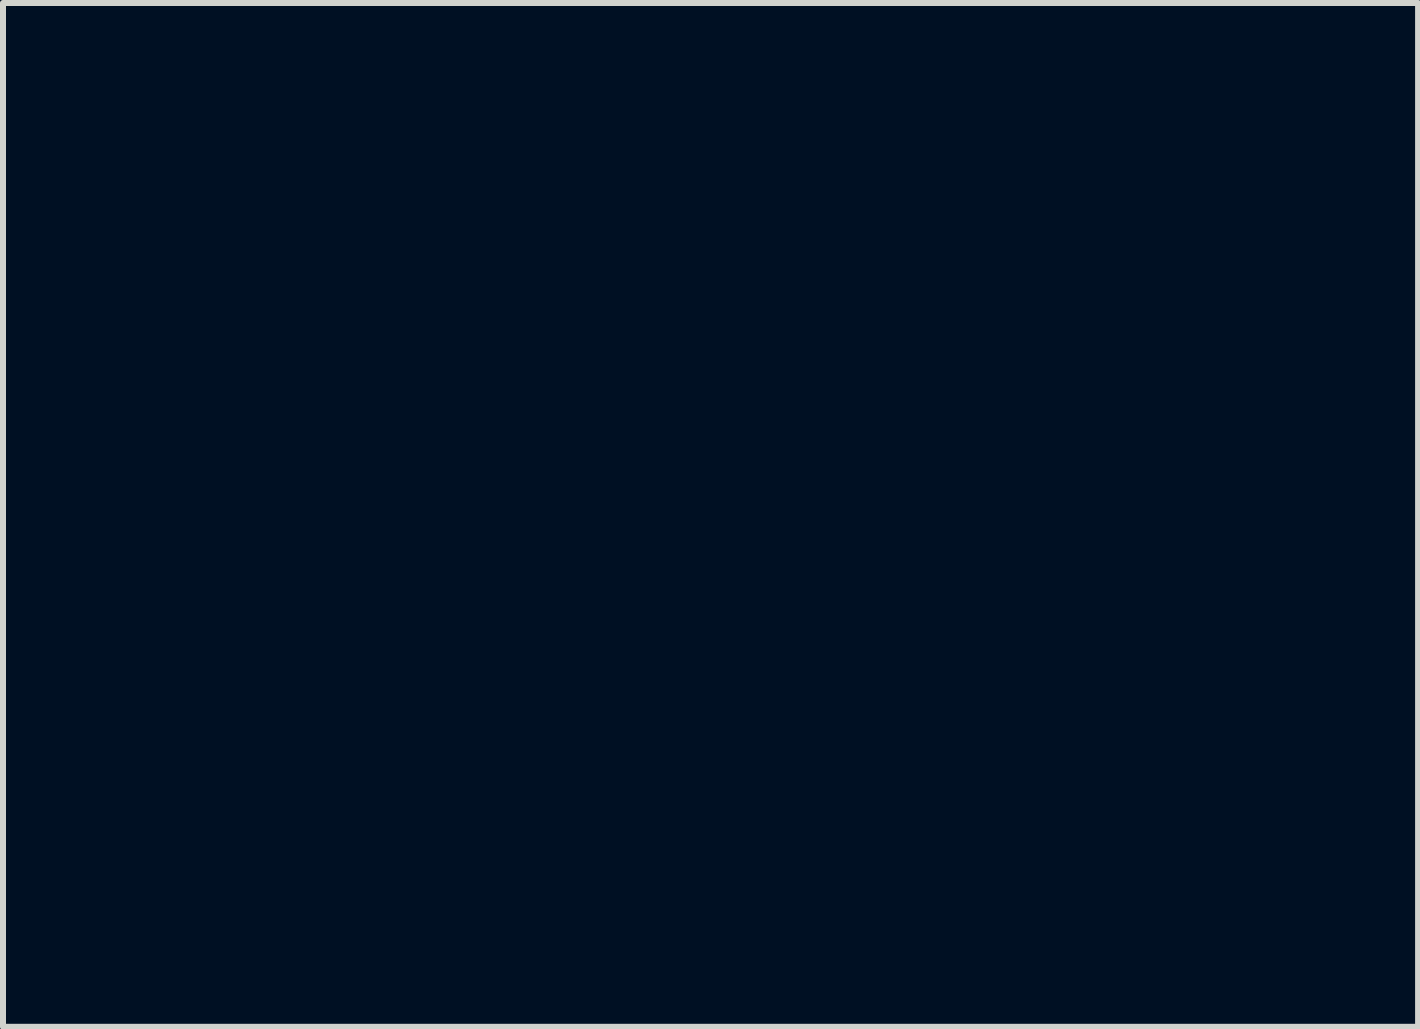
<source format=kicad_pcb>
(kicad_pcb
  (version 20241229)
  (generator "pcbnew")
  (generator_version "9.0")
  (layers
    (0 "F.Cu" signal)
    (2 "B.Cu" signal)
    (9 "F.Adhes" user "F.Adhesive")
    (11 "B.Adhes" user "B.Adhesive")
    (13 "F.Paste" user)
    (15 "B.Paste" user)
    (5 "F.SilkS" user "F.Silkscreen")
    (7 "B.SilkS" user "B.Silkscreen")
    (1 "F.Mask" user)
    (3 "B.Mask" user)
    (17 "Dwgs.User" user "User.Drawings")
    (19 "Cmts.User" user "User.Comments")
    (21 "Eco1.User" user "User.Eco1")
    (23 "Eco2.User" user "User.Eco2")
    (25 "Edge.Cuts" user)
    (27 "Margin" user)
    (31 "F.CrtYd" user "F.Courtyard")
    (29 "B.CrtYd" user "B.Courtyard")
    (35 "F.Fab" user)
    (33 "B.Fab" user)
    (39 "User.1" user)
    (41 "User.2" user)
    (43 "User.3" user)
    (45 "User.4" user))
  (footprint "Empty_Footprint"
    (layer "F.Cu")
    (at 9.911 3.87)
    (property "Reference" "Empty_Footprint" (at -3.81 6.35 0) (layer "Eco1.User") (effects (font (size 1 1) (thickness 0.15))))
    (attr through_hole)
    (fp_line (start -7.62 -3.81) (end -7.62 5.08) (stroke (width 0.12) (type solid)) (layer "Eco1.User"))
    (fp_line (start -7.62 5.08) (end 7.62 5.08) (stroke (width 0.12) (type solid)) (layer "Eco1.User"))
    (fp_line (start 7.62 -3.81) (end -7.62 -3.81) (stroke (width 0.12) (type solid)) (layer "Eco1.User"))
    (fp_line (start 7.62 5.08) (end 7.62 -3.81) (stroke (width 0.12) (type solid)) (layer "Eco1.User")))
  (gr_rect
    (start -3 -3)
    (end 20.591 14.068)
    (stroke (width 0.1) (type default))
    (fill no)
    (layer "Edge.Cuts")))
</source>
